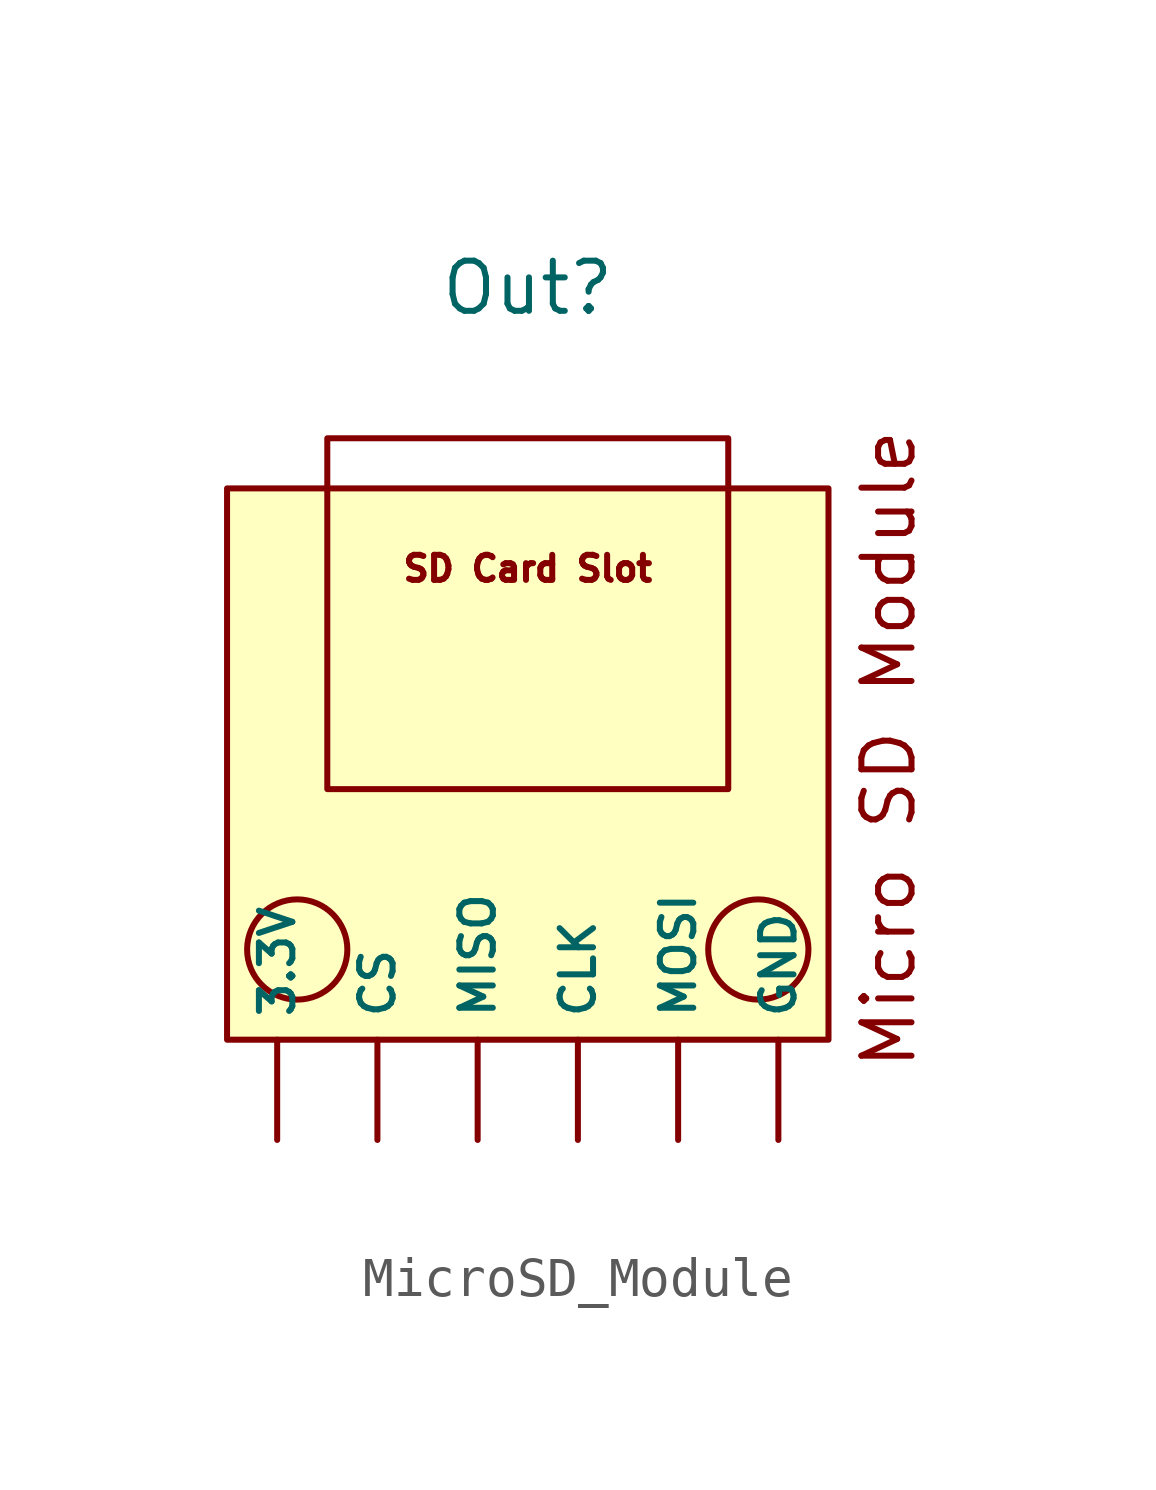
<source format=kicad_sym>
(kicad_symbol_lib
  (version 20220914)
  (generator kicad_symbol_editor)
  (symbol "MicroSD_Module"
    (property "Reference" "Out"
      (at 0 8.89 0)
      (effects (font (size 1.27 1.27))))
    (property "Value" ""
      (at 3.81 0 0)
      (effects (font (size 1.27 1.27))))
    (symbol "MicroSD_Module_0_1"
      (circle (center -5.842 -7.874) (radius 1.27) (stroke (width 0) (type default)) (fill (type none)))
      (circle (center 5.842 -7.874) (radius 1.27) (stroke (width 0) (type default)) (fill (type none))))
    (symbol "MicroSD_Module_1_1"
      (rectangle (start -7.62 3.81) (end 7.62 -10.16) (stroke (width 0) (type default)) (fill (type background)))
      (rectangle (start -5.08 5.08) (end 5.08 -3.81) (stroke (width 0) (type solid)) (fill (type none)))
      (text "Micro SD Module\n" (at 9.144 -2.794 900) (effects (font (size 1.27 1.27))))
      (text "SD Card Slot" (at 0 1.778 0) (effects (font (size 0.635 0.635))))
      (pin power_in line (at -6.35 -12.7 90) (length 2.54) (name "3.3V" (effects (font (size 0.847 0.847)))) (number "" (effects (font (size 0.847 0.847)))))
      (pin unspecified line (at 1.27 -12.7 90) (length 2.54) (name "CLK" (effects (font (size 0.847 0.847)))) (number "" (effects (font (size 0.847 0.847)))))
      (pin unspecified line (at -3.81 -12.7 90) (length 2.54) (name "CS" (effects (font (size 0.847 0.847)))) (number "" (effects (font (size 0.847 0.847)))))
      (pin passive line (at 6.35 -12.7 90) (length 2.54) (name "GND" (effects (font (size 0.847 0.847)))) (number "" (effects (font (size 0.847 0.847)))))
      (pin unspecified line (at -1.27 -12.7 90) (length 2.54) (name "MISO" (effects (font (size 0.847 0.847)))) (number "" (effects (font (size 0.847 0.847)))))
      (pin unspecified line (at 3.81 -12.7 90) (length 2.54) (name "MOSI" (effects (font (size 0.847 0.847)))) (number "" (effects (font (size 0.847 0.847))))))))
</source>
